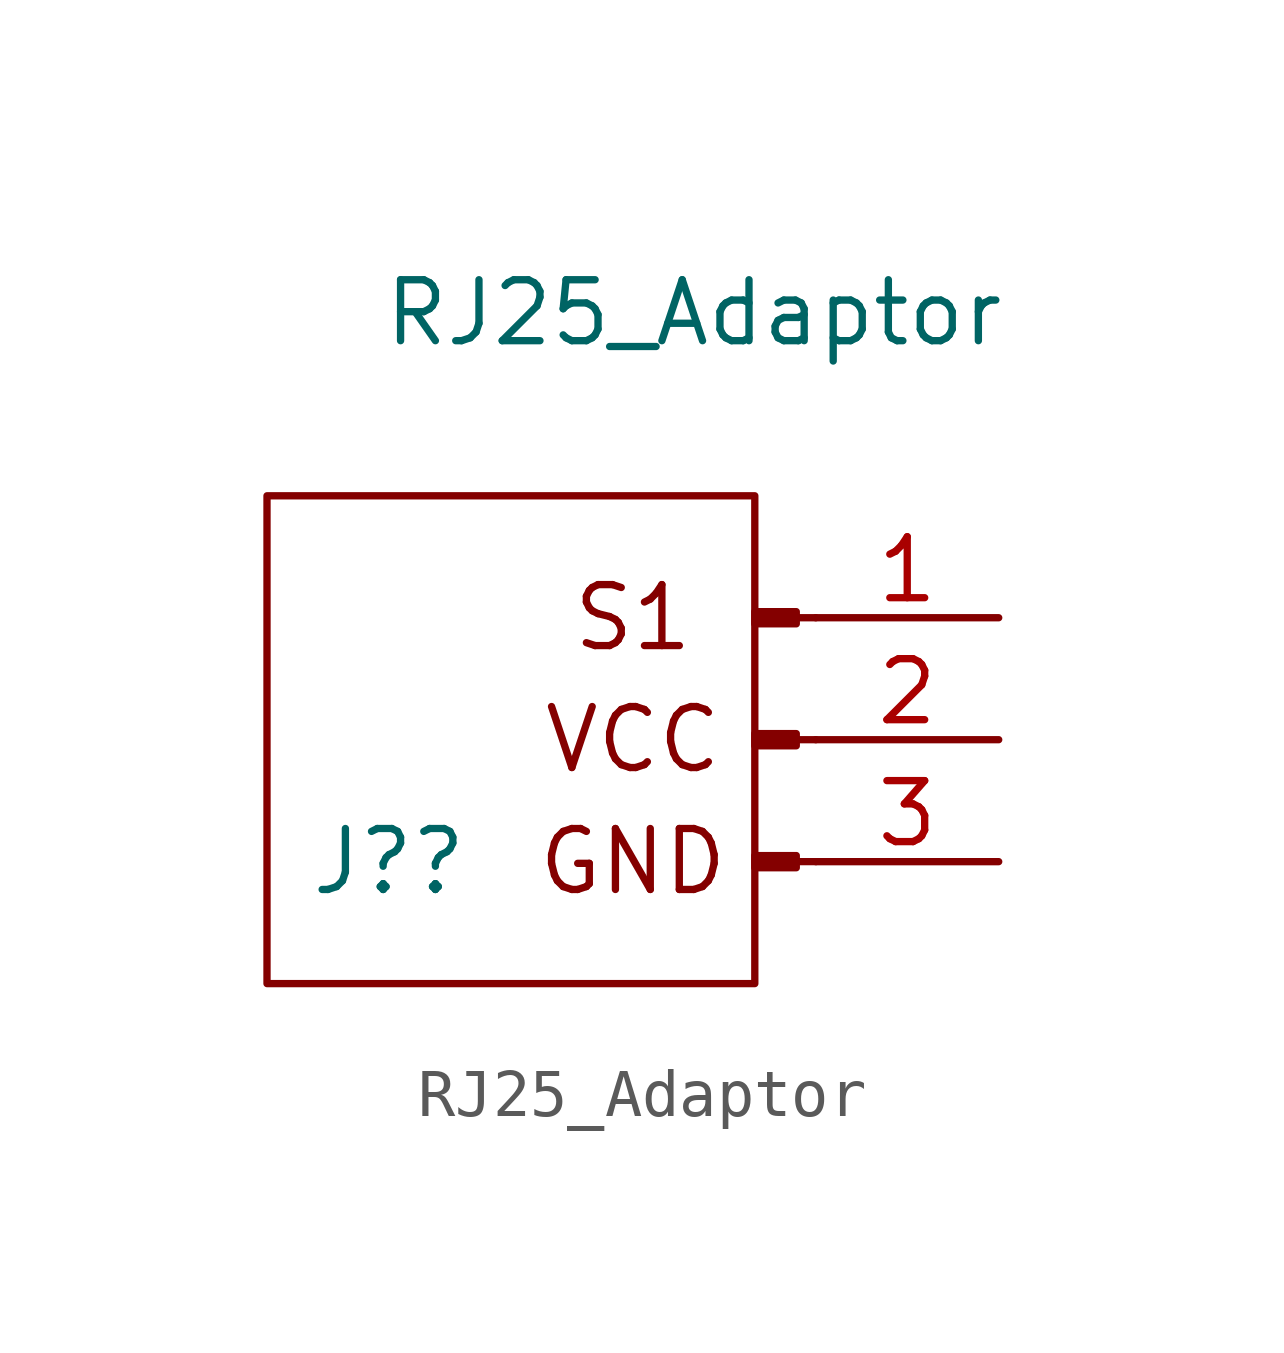
<source format=kicad_sym>
(kicad_symbol_lib
  (version 20211014)
  (generator kicad_symbol_editor)
  (symbol "RJ25_Adaptor"
    (pin_names
      (offset 1.016) hide)
    (property "Reference" "J?"
      (at -7.62 -2.54 0)
      (effects (font (size 1.27 1.27))))
    (property "Value" "RJ25_Adaptor"
      (at -1.27 8.89 0)
      (effects (font (size 1.27 1.27))))
    (symbol "RJ25_Adaptor_0_0"
      (text "GND" (at -2.54 -2.54 0) (effects (font (size 1.27 1.27))))
      (text "S1" (at -2.54 2.54 0) (effects (font (size 1.27 1.27))))
      (text "VCC" (at -2.54 0 0) (effects (font (size 1.27 1.27)))))
    (symbol "RJ25_Adaptor_0_1"
      (rectangle (start -10.16 5.08) (end 0 -5.08) (stroke (width 0) (type default) (color 0 0 0 0)) (fill (type none))))
    (symbol "RJ25_Adaptor_1_1"
      (polyline (pts (xy 1.27 -2.54) (xy 0.864 -2.54)) (stroke (width 0.152) (type default) (color 0 0 0 0)) (fill (type none)))
      (polyline (pts (xy 1.27 0) (xy 0.864 0)) (stroke (width 0.152) (type default) (color 0 0 0 0)) (fill (type none)))
      (polyline (pts (xy 1.27 2.54) (xy 0.864 2.54)) (stroke (width 0.152) (type default) (color 0 0 0 0)) (fill (type none)))
      (rectangle (start 0.864 -2.413) (end 0 -2.667) (stroke (width 0.152) (type default) (color 0 0 0 0)) (fill (type outline)))
      (rectangle (start 0.864 0.127) (end 0 -0.127) (stroke (width 0.152) (type default) (color 0 0 0 0)) (fill (type outline)))
      (rectangle (start 0.864 2.667) (end 0 2.413) (stroke (width 0.152) (type default) (color 0 0 0 0)) (fill (type outline)))
      (pin passive line (at 5.08 2.54 180) (length 3.81) (name "Pin_1" (effects (font (size 1.27 1.27)))) (number "1" (effects (font (size 1.27 1.27)))))
      (pin passive line (at 5.08 0 180) (length 3.81) (name "Pin_2" (effects (font (size 1.27 1.27)))) (number "2" (effects (font (size 1.27 1.27)))))
      (pin passive line (at 5.08 -2.54 180) (length 3.81) (name "Pin_3" (effects (font (size 1.27 1.27)))) (number "3" (effects (font (size 1.27 1.27))))))))
</source>
